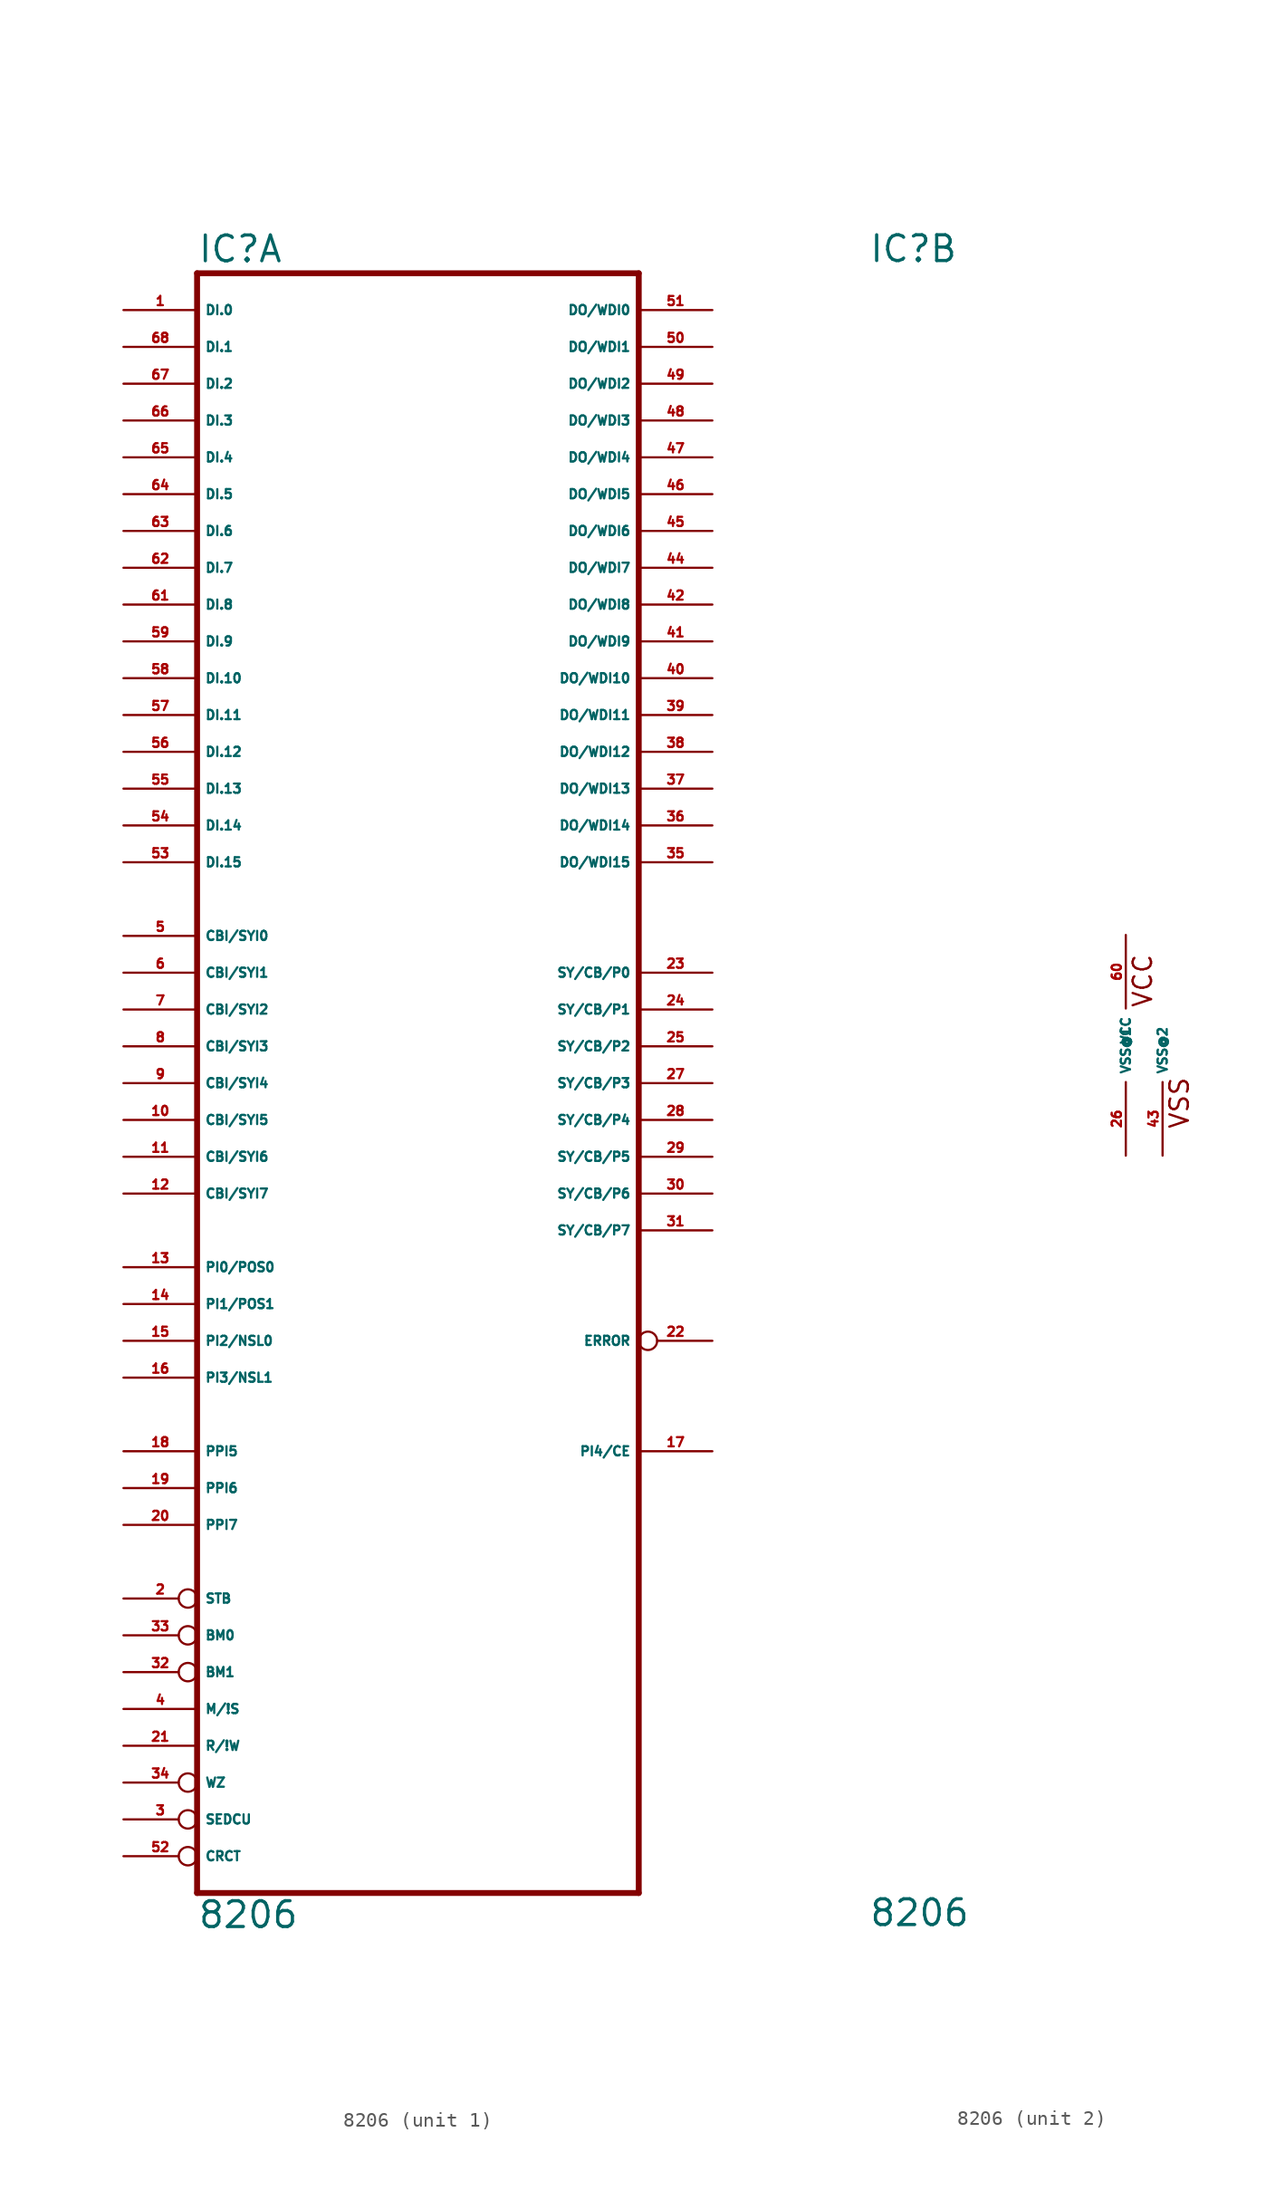
<source format=kicad_sym>
(kicad_symbol_lib
  (version 20220914)
  (generator Eagle2Kicad)
  (symbol "8206"
    (property "Reference" "IC"
      (at -17.78 53.975 0)
      (effects (font (size 1.778 1.778) (thickness 0.22)) (justify left bottom)))
    (property "Value" "8206"
      (at -17.78 -60.96 0)
      (effects (font (size 1.778 1.778) (thickness 0.22)) (justify left bottom)))
    (symbol "8206_1_0"
      (polyline (pts (xy -17.78 -58.42) (xy 12.7 -58.42)) (stroke (width 0.406) (type default)) (fill (type none)))
      (polyline (pts (xy 12.7 -58.42) (xy 12.7 53.34)) (stroke (width 0.406) (type default)) (fill (type none)))
      (polyline (pts (xy 12.7 53.34) (xy -17.78 53.34)) (stroke (width 0.406) (type default)) (fill (type none)))
      (polyline (pts (xy -17.78 53.34) (xy -17.78 -58.42)) (stroke (width 0.406) (type default)) (fill (type none)))
      (pin input line (at -22.86 50.8 0) (length 5.08) (name "DI.0" (effects (font (size 0.635 0.635) (thickness 0.08)) (justify left bottom))) (number "1" (effects (font (size 0.635 0.635) (thickness 0.08)) (justify left bottom))))
      (pin input inverted (at -22.86 -38.1 0) (length 5.08) (name "STB" (effects (font (size 0.635 0.635) (thickness 0.08)) (justify left bottom))) (number "2" (effects (font (size 0.635 0.635) (thickness 0.08)) (justify left bottom))))
      (pin input inverted (at -22.86 -53.34 0) (length 5.08) (name "SEDCU" (effects (font (size 0.635 0.635) (thickness 0.08)) (justify left bottom))) (number "3" (effects (font (size 0.635 0.635) (thickness 0.08)) (justify left bottom))))
      (pin input line (at -22.86 -45.72 0) (length 5.08) (name "M/!S" (effects (font (size 0.635 0.635) (thickness 0.08)) (justify left bottom))) (number "4" (effects (font (size 0.635 0.635) (thickness 0.08)) (justify left bottom))))
      (pin input line (at -22.86 7.62 0) (length 5.08) (name "CBI/SYI0" (effects (font (size 0.635 0.635) (thickness 0.08)) (justify left bottom))) (number "5" (effects (font (size 0.635 0.635) (thickness 0.08)) (justify left bottom))))
      (pin input line (at -22.86 5.08 0) (length 5.08) (name "CBI/SYI1" (effects (font (size 0.635 0.635) (thickness 0.08)) (justify left bottom))) (number "6" (effects (font (size 0.635 0.635) (thickness 0.08)) (justify left bottom))))
      (pin input line (at -22.86 2.54 0) (length 5.08) (name "CBI/SYI2" (effects (font (size 0.635 0.635) (thickness 0.08)) (justify left bottom))) (number "7" (effects (font (size 0.635 0.635) (thickness 0.08)) (justify left bottom))))
      (pin input line (at -22.86 0 0) (length 5.08) (name "CBI/SYI3" (effects (font (size 0.635 0.635) (thickness 0.08)) (justify left bottom))) (number "8" (effects (font (size 0.635 0.635) (thickness 0.08)) (justify left bottom))))
      (pin input line (at -22.86 -2.54 0) (length 5.08) (name "CBI/SYI4" (effects (font (size 0.635 0.635) (thickness 0.08)) (justify left bottom))) (number "9" (effects (font (size 0.635 0.635) (thickness 0.08)) (justify left bottom))))
      (pin input line (at -22.86 -5.08 0) (length 5.08) (name "CBI/SYI5" (effects (font (size 0.635 0.635) (thickness 0.08)) (justify left bottom))) (number "10" (effects (font (size 0.635 0.635) (thickness 0.08)) (justify left bottom))))
      (pin input line (at -22.86 -7.62 0) (length 5.08) (name "CBI/SYI6" (effects (font (size 0.635 0.635) (thickness 0.08)) (justify left bottom))) (number "11" (effects (font (size 0.635 0.635) (thickness 0.08)) (justify left bottom))))
      (pin input line (at -22.86 -10.16 0) (length 5.08) (name "CBI/SYI7" (effects (font (size 0.635 0.635) (thickness 0.08)) (justify left bottom))) (number "12" (effects (font (size 0.635 0.635) (thickness 0.08)) (justify left bottom))))
      (pin input line (at -22.86 -15.24 0) (length 5.08) (name "PI0/POS0" (effects (font (size 0.635 0.635) (thickness 0.08)) (justify left bottom))) (number "13" (effects (font (size 0.635 0.635) (thickness 0.08)) (justify left bottom))))
      (pin input line (at -22.86 -17.78 0) (length 5.08) (name "PI1/POS1" (effects (font (size 0.635 0.635) (thickness 0.08)) (justify left bottom))) (number "14" (effects (font (size 0.635 0.635) (thickness 0.08)) (justify left bottom))))
      (pin input line (at -22.86 -20.32 0) (length 5.08) (name "PI2/NSL0" (effects (font (size 0.635 0.635) (thickness 0.08)) (justify left bottom))) (number "15" (effects (font (size 0.635 0.635) (thickness 0.08)) (justify left bottom))))
      (pin input line (at -22.86 -22.86 0) (length 5.08) (name "PI3/NSL1" (effects (font (size 0.635 0.635) (thickness 0.08)) (justify left bottom))) (number "16" (effects (font (size 0.635 0.635) (thickness 0.08)) (justify left bottom))))
      (pin bidirectional line (at 17.78 -27.94 180) (length 5.08) (name "PI4/CE" (effects (font (size 0.635 0.635) (thickness 0.08)) (justify left bottom))) (number "17" (effects (font (size 0.635 0.635) (thickness 0.08)) (justify left bottom))))
      (pin input line (at -22.86 -27.94 0) (length 5.08) (name "PPI5" (effects (font (size 0.635 0.635) (thickness 0.08)) (justify left bottom))) (number "18" (effects (font (size 0.635 0.635) (thickness 0.08)) (justify left bottom))))
      (pin input line (at -22.86 -30.48 0) (length 5.08) (name "PPI6" (effects (font (size 0.635 0.635) (thickness 0.08)) (justify left bottom))) (number "19" (effects (font (size 0.635 0.635) (thickness 0.08)) (justify left bottom))))
      (pin input line (at -22.86 -33.02 0) (length 5.08) (name "PPI7" (effects (font (size 0.635 0.635) (thickness 0.08)) (justify left bottom))) (number "20" (effects (font (size 0.635 0.635) (thickness 0.08)) (justify left bottom))))
      (pin input line (at -22.86 -48.26 0) (length 5.08) (name "R/!W" (effects (font (size 0.635 0.635) (thickness 0.08)) (justify left bottom))) (number "21" (effects (font (size 0.635 0.635) (thickness 0.08)) (justify left bottom))))
      (pin output inverted (at 17.78 -20.32 180) (length 5.08) (name "ERROR" (effects (font (size 0.635 0.635) (thickness 0.08)) (justify left bottom))) (number "22" (effects (font (size 0.635 0.635) (thickness 0.08)) (justify left bottom))))
      (pin output line (at 17.78 5.08 180) (length 5.08) (name "SY/CB/P0" (effects (font (size 0.635 0.635) (thickness 0.08)) (justify left bottom))) (number "23" (effects (font (size 0.635 0.635) (thickness 0.08)) (justify left bottom))))
      (pin output line (at 17.78 2.54 180) (length 5.08) (name "SY/CB/P1" (effects (font (size 0.635 0.635) (thickness 0.08)) (justify left bottom))) (number "24" (effects (font (size 0.635 0.635) (thickness 0.08)) (justify left bottom))))
      (pin output line (at 17.78 0 180) (length 5.08) (name "SY/CB/P2" (effects (font (size 0.635 0.635) (thickness 0.08)) (justify left bottom))) (number "25" (effects (font (size 0.635 0.635) (thickness 0.08)) (justify left bottom))))
      (pin output line (at 17.78 -2.54 180) (length 5.08) (name "SY/CB/P3" (effects (font (size 0.635 0.635) (thickness 0.08)) (justify left bottom))) (number "27" (effects (font (size 0.635 0.635) (thickness 0.08)) (justify left bottom))))
      (pin output line (at 17.78 -5.08 180) (length 5.08) (name "SY/CB/P4" (effects (font (size 0.635 0.635) (thickness 0.08)) (justify left bottom))) (number "28" (effects (font (size 0.635 0.635) (thickness 0.08)) (justify left bottom))))
      (pin output line (at 17.78 -7.62 180) (length 5.08) (name "SY/CB/P5" (effects (font (size 0.635 0.635) (thickness 0.08)) (justify left bottom))) (number "29" (effects (font (size 0.635 0.635) (thickness 0.08)) (justify left bottom))))
      (pin output line (at 17.78 -10.16 180) (length 5.08) (name "SY/CB/P6" (effects (font (size 0.635 0.635) (thickness 0.08)) (justify left bottom))) (number "30" (effects (font (size 0.635 0.635) (thickness 0.08)) (justify left bottom))))
      (pin output line (at 17.78 -12.7 180) (length 5.08) (name "SY/CB/P7" (effects (font (size 0.635 0.635) (thickness 0.08)) (justify left bottom))) (number "31" (effects (font (size 0.635 0.635) (thickness 0.08)) (justify left bottom))))
      (pin input inverted (at -22.86 -43.18 0) (length 5.08) (name "BM1" (effects (font (size 0.635 0.635) (thickness 0.08)) (justify left bottom))) (number "32" (effects (font (size 0.635 0.635) (thickness 0.08)) (justify left bottom))))
      (pin input inverted (at -22.86 -40.64 0) (length 5.08) (name "BM0" (effects (font (size 0.635 0.635) (thickness 0.08)) (justify left bottom))) (number "33" (effects (font (size 0.635 0.635) (thickness 0.08)) (justify left bottom))))
      (pin input inverted (at -22.86 -50.8 0) (length 5.08) (name "WZ" (effects (font (size 0.635 0.635) (thickness 0.08)) (justify left bottom))) (number "34" (effects (font (size 0.635 0.635) (thickness 0.08)) (justify left bottom))))
      (pin bidirectional line (at 17.78 12.7 180) (length 5.08) (name "DO/WDI15" (effects (font (size 0.635 0.635) (thickness 0.08)) (justify left bottom))) (number "35" (effects (font (size 0.635 0.635) (thickness 0.08)) (justify left bottom))))
      (pin bidirectional line (at 17.78 15.24 180) (length 5.08) (name "DO/WDI14" (effects (font (size 0.635 0.635) (thickness 0.08)) (justify left bottom))) (number "36" (effects (font (size 0.635 0.635) (thickness 0.08)) (justify left bottom))))
      (pin bidirectional line (at 17.78 17.78 180) (length 5.08) (name "DO/WDI13" (effects (font (size 0.635 0.635) (thickness 0.08)) (justify left bottom))) (number "37" (effects (font (size 0.635 0.635) (thickness 0.08)) (justify left bottom))))
      (pin bidirectional line (at 17.78 20.32 180) (length 5.08) (name "DO/WDI12" (effects (font (size 0.635 0.635) (thickness 0.08)) (justify left bottom))) (number "38" (effects (font (size 0.635 0.635) (thickness 0.08)) (justify left bottom))))
      (pin bidirectional line (at 17.78 22.86 180) (length 5.08) (name "DO/WDI11" (effects (font (size 0.635 0.635) (thickness 0.08)) (justify left bottom))) (number "39" (effects (font (size 0.635 0.635) (thickness 0.08)) (justify left bottom))))
      (pin bidirectional line (at 17.78 25.4 180) (length 5.08) (name "DO/WDI10" (effects (font (size 0.635 0.635) (thickness 0.08)) (justify left bottom))) (number "40" (effects (font (size 0.635 0.635) (thickness 0.08)) (justify left bottom))))
      (pin bidirectional line (at 17.78 27.94 180) (length 5.08) (name "DO/WDI9" (effects (font (size 0.635 0.635) (thickness 0.08)) (justify left bottom))) (number "41" (effects (font (size 0.635 0.635) (thickness 0.08)) (justify left bottom))))
      (pin bidirectional line (at 17.78 30.48 180) (length 5.08) (name "DO/WDI8" (effects (font (size 0.635 0.635) (thickness 0.08)) (justify left bottom))) (number "42" (effects (font (size 0.635 0.635) (thickness 0.08)) (justify left bottom))))
      (pin bidirectional line (at 17.78 33.02 180) (length 5.08) (name "DO/WDI7" (effects (font (size 0.635 0.635) (thickness 0.08)) (justify left bottom))) (number "44" (effects (font (size 0.635 0.635) (thickness 0.08)) (justify left bottom))))
      (pin bidirectional line (at 17.78 35.56 180) (length 5.08) (name "DO/WDI6" (effects (font (size 0.635 0.635) (thickness 0.08)) (justify left bottom))) (number "45" (effects (font (size 0.635 0.635) (thickness 0.08)) (justify left bottom))))
      (pin bidirectional line (at 17.78 38.1 180) (length 5.08) (name "DO/WDI5" (effects (font (size 0.635 0.635) (thickness 0.08)) (justify left bottom))) (number "46" (effects (font (size 0.635 0.635) (thickness 0.08)) (justify left bottom))))
      (pin bidirectional line (at 17.78 40.64 180) (length 5.08) (name "DO/WDI4" (effects (font (size 0.635 0.635) (thickness 0.08)) (justify left bottom))) (number "47" (effects (font (size 0.635 0.635) (thickness 0.08)) (justify left bottom))))
      (pin bidirectional line (at 17.78 43.18 180) (length 5.08) (name "DO/WDI3" (effects (font (size 0.635 0.635) (thickness 0.08)) (justify left bottom))) (number "48" (effects (font (size 0.635 0.635) (thickness 0.08)) (justify left bottom))))
      (pin bidirectional line (at 17.78 45.72 180) (length 5.08) (name "DO/WDI2" (effects (font (size 0.635 0.635) (thickness 0.08)) (justify left bottom))) (number "49" (effects (font (size 0.635 0.635) (thickness 0.08)) (justify left bottom))))
      (pin bidirectional line (at 17.78 48.26 180) (length 5.08) (name "DO/WDI1" (effects (font (size 0.635 0.635) (thickness 0.08)) (justify left bottom))) (number "50" (effects (font (size 0.635 0.635) (thickness 0.08)) (justify left bottom))))
      (pin bidirectional line (at 17.78 50.8 180) (length 5.08) (name "DO/WDI0" (effects (font (size 0.635 0.635) (thickness 0.08)) (justify left bottom))) (number "51" (effects (font (size 0.635 0.635) (thickness 0.08)) (justify left bottom))))
      (pin input inverted (at -22.86 -55.88 0) (length 5.08) (name "CRCT" (effects (font (size 0.635 0.635) (thickness 0.08)) (justify left bottom))) (number "52" (effects (font (size 0.635 0.635) (thickness 0.08)) (justify left bottom))))
      (pin input line (at -22.86 12.7 0) (length 5.08) (name "DI.15" (effects (font (size 0.635 0.635) (thickness 0.08)) (justify left bottom))) (number "53" (effects (font (size 0.635 0.635) (thickness 0.08)) (justify left bottom))))
      (pin input line (at -22.86 15.24 0) (length 5.08) (name "DI.14" (effects (font (size 0.635 0.635) (thickness 0.08)) (justify left bottom))) (number "54" (effects (font (size 0.635 0.635) (thickness 0.08)) (justify left bottom))))
      (pin input line (at -22.86 17.78 0) (length 5.08) (name "DI.13" (effects (font (size 0.635 0.635) (thickness 0.08)) (justify left bottom))) (number "55" (effects (font (size 0.635 0.635) (thickness 0.08)) (justify left bottom))))
      (pin input line (at -22.86 20.32 0) (length 5.08) (name "DI.12" (effects (font (size 0.635 0.635) (thickness 0.08)) (justify left bottom))) (number "56" (effects (font (size 0.635 0.635) (thickness 0.08)) (justify left bottom))))
      (pin input line (at -22.86 22.86 0) (length 5.08) (name "DI.11" (effects (font (size 0.635 0.635) (thickness 0.08)) (justify left bottom))) (number "57" (effects (font (size 0.635 0.635) (thickness 0.08)) (justify left bottom))))
      (pin input line (at -22.86 25.4 0) (length 5.08) (name "DI.10" (effects (font (size 0.635 0.635) (thickness 0.08)) (justify left bottom))) (number "58" (effects (font (size 0.635 0.635) (thickness 0.08)) (justify left bottom))))
      (pin input line (at -22.86 27.94 0) (length 5.08) (name "DI.9" (effects (font (size 0.635 0.635) (thickness 0.08)) (justify left bottom))) (number "59" (effects (font (size 0.635 0.635) (thickness 0.08)) (justify left bottom))))
      (pin input line (at -22.86 30.48 0) (length 5.08) (name "DI.8" (effects (font (size 0.635 0.635) (thickness 0.08)) (justify left bottom))) (number "61" (effects (font (size 0.635 0.635) (thickness 0.08)) (justify left bottom))))
      (pin input line (at -22.86 33.02 0) (length 5.08) (name "DI.7" (effects (font (size 0.635 0.635) (thickness 0.08)) (justify left bottom))) (number "62" (effects (font (size 0.635 0.635) (thickness 0.08)) (justify left bottom))))
      (pin input line (at -22.86 35.56 0) (length 5.08) (name "DI.6" (effects (font (size 0.635 0.635) (thickness 0.08)) (justify left bottom))) (number "63" (effects (font (size 0.635 0.635) (thickness 0.08)) (justify left bottom))))
      (pin input line (at -22.86 38.1 0) (length 5.08) (name "DI.5" (effects (font (size 0.635 0.635) (thickness 0.08)) (justify left bottom))) (number "64" (effects (font (size 0.635 0.635) (thickness 0.08)) (justify left bottom))))
      (pin input line (at -22.86 40.64 0) (length 5.08) (name "DI.4" (effects (font (size 0.635 0.635) (thickness 0.08)) (justify left bottom))) (number "65" (effects (font (size 0.635 0.635) (thickness 0.08)) (justify left bottom))))
      (pin input line (at -22.86 43.18 0) (length 5.08) (name "DI.3" (effects (font (size 0.635 0.635) (thickness 0.08)) (justify left bottom))) (number "66" (effects (font (size 0.635 0.635) (thickness 0.08)) (justify left bottom))))
      (pin input line (at -22.86 45.72 0) (length 5.08) (name "DI.2" (effects (font (size 0.635 0.635) (thickness 0.08)) (justify left bottom))) (number "67" (effects (font (size 0.635 0.635) (thickness 0.08)) (justify left bottom))))
      (pin input line (at -22.86 48.26 0) (length 5.08) (name "DI.1" (effects (font (size 0.635 0.635) (thickness 0.08)) (justify left bottom))) (number "68" (effects (font (size 0.635 0.635) (thickness 0.08)) (justify left bottom)))))
    (symbol "8206_2_0"
      (text "VCC" (at 1.905 2.54 900) (effects (font (size 1.27 1.27) (thickness 0.16)) (justify left bottom)))
      (text "VSS" (at 4.445 -5.842 900) (effects (font (size 1.27 1.27) (thickness 0.16)) (justify left bottom)))
      (pin unspecified line (at 0 7.62 270) (length 5.08) (name "VCC" (effects (font (size 0.635 0.635) (thickness 0.08)) (justify left bottom))) (number "60" (effects (font (size 0.635 0.635) (thickness 0.08)) (justify left bottom))))
      (pin unspecified line (at 2.54 -7.62 90) (length 5.08) (name "VSS@2" (effects (font (size 0.635 0.635) (thickness 0.08)) (justify left bottom))) (number "43" (effects (font (size 0.635 0.635) (thickness 0.08)) (justify left bottom))))
      (pin unspecified line (at 0 -7.62 90) (length 5.08) (name "VSS@1" (effects (font (size 0.635 0.635) (thickness 0.08)) (justify left bottom))) (number "26" (effects (font (size 0.635 0.635) (thickness 0.08)) (justify left bottom)))))))
</source>
